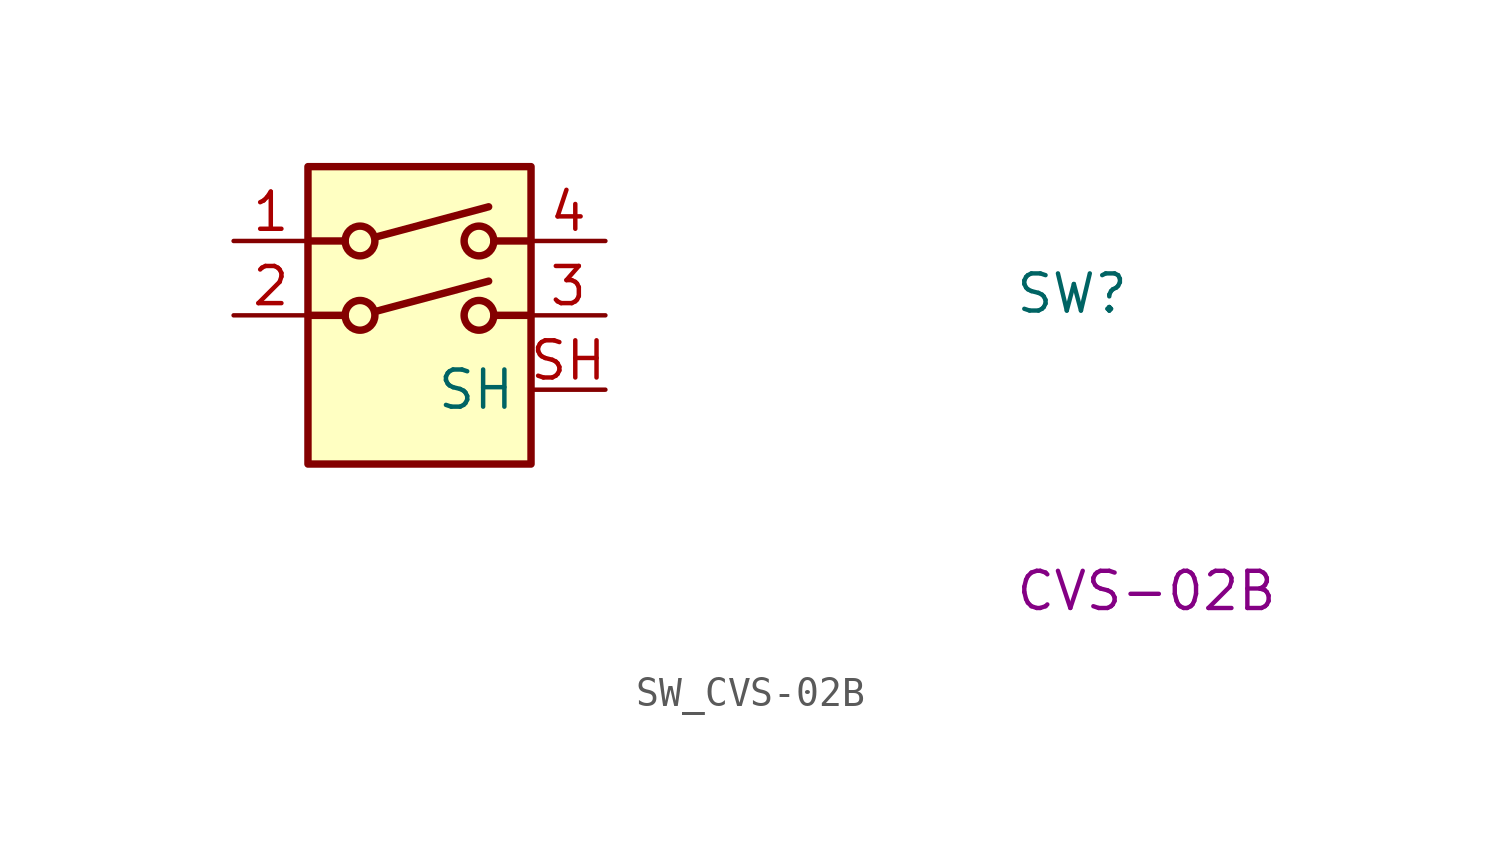
<source format=kicad_sym>
(kicad_symbol_lib
  (version 20220914)
  (generator kicad_symbol_editor)
  (symbol "SW_CVS-02B"
    (property "Reference" "SW"
      (at 26.67 -2.54 0)
      (effects (font (size 1.27 1.27) (thickness 0.15)) (justify left bottom)))
    (property "MPN" "CVS-02B"
      (at 26.67 -12.7 0)
      (effects (font (size 1.27 1.27) (thickness 0.15)) (justify left bottom)))
    (symbol "SW_CVS-02B_1_1"
      (polyline (pts (xy 3.81 -2.54) (xy 2.54 -2.54)) (stroke (width 0.254) (type default)) (fill (type none)))
      (polyline (pts (xy 3.81 0) (xy 2.54 0)) (stroke (width 0.254) (type default)) (fill (type none)))
      (polyline (pts (xy 4.826 -2.413) (xy 8.712 -1.372)) (stroke (width 0.254) (type default)) (fill (type none)))
      (polyline (pts (xy 4.826 0.127) (xy 8.712 1.168)) (stroke (width 0.254) (type default)) (fill (type none)))
      (polyline (pts (xy 10.16 -2.54) (xy 8.89 -2.54)) (stroke (width 0.254) (type default)) (fill (type none)))
      (polyline (pts (xy 10.16 0) (xy 8.89 0)) (stroke (width 0.254) (type default)) (fill (type none)))
      (rectangle (start 2.54 2.54) (end 10.16 -7.62) (stroke (width 0.254) (type default)) (fill (type background)))
      (circle (center 4.318 -2.54) (radius 0.508) (stroke (width 0.254) (type default)) (fill (type none)))
      (circle (center 4.318 0) (radius 0.508) (stroke (width 0.254) (type default)) (fill (type none)))
      (circle (center 8.382 -2.54) (radius 0.508) (stroke (width 0.254) (type default)) (fill (type none)))
      (circle (center 8.382 0) (radius 0.508) (stroke (width 0.254) (type default)) (fill (type none)))
      (pin passive line (at 0 0 0) (length 2.54) (name "~" (effects (font (size 1.27 1.27)))) (number "1" (effects (font (size 1.27 1.27)))))
      (pin passive line (at 0 -2.54 0) (length 2.54) (name "~" (effects (font (size 1.27 1.27)))) (number "2" (effects (font (size 1.27 1.27)))))
      (pin passive line (at 12.7 -2.54 180) (length 2.54) (name "~" (effects (font (size 1.27 1.27)))) (number "3" (effects (font (size 1.27 1.27)))))
      (pin passive line (at 12.7 0 180) (length 2.54) (name "~" (effects (font (size 1.27 1.27)))) (number "4" (effects (font (size 1.27 1.27)))))
      (pin power_in line (at 12.7 -5.08 180) (length 2.54) (name "SH" (effects (font (size 1.27 1.27)))) (number "SH" (effects (font (size 1.27 1.27))))))))
</source>
